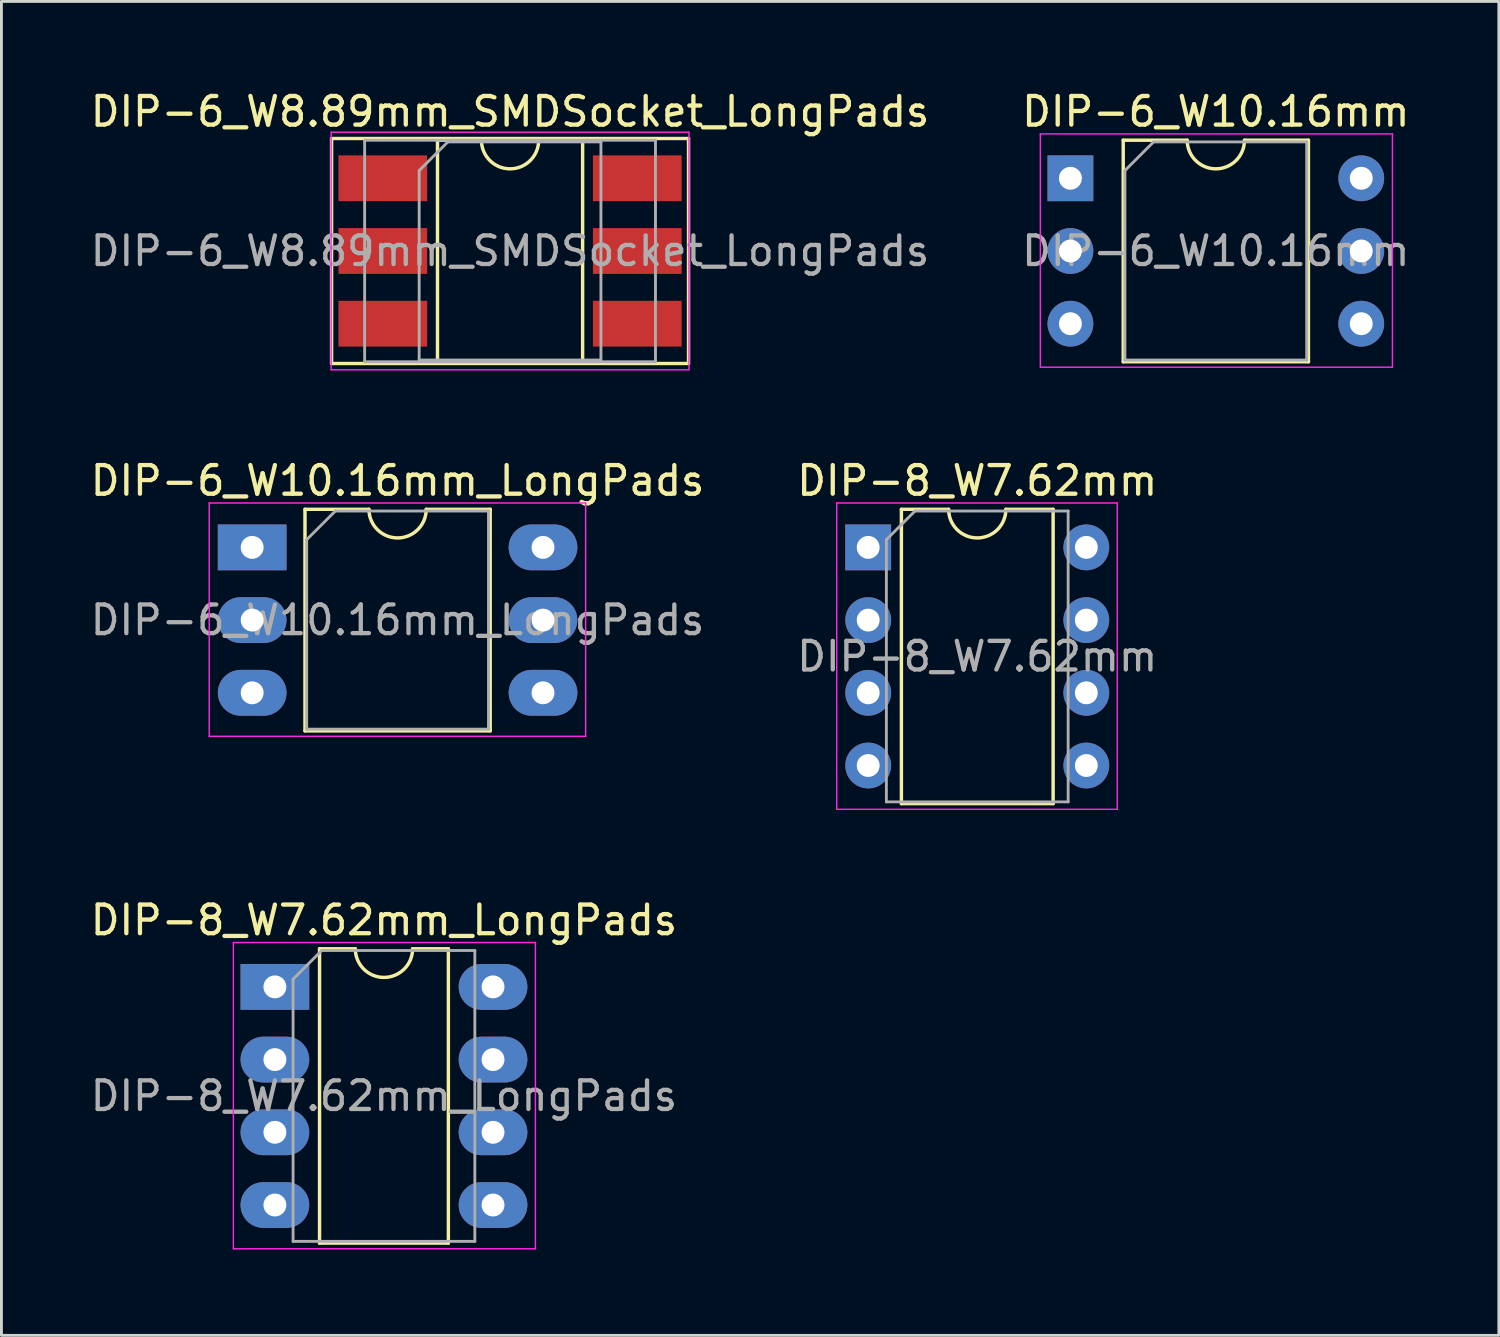
<source format=kicad_pcb>
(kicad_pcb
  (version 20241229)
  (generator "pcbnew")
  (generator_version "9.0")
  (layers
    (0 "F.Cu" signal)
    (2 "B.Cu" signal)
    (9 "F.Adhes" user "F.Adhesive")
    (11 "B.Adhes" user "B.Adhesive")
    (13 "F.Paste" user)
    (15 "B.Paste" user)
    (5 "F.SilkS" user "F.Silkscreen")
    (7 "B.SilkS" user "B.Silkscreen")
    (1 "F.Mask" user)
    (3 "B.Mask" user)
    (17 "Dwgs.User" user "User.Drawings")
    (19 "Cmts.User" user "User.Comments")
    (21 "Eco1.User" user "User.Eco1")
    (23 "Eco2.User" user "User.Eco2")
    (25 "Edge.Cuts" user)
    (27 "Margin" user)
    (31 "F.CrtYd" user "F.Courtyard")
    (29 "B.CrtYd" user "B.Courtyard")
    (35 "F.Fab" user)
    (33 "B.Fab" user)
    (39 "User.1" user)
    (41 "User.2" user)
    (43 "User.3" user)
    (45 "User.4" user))
  (footprint "DIP-8_W7.62mm"
    (layer "F.Cu")
    (at 27.279 16.072)
    (property "Reference" "DIP-8_W7.62mm" (at 3.81 -2.33 0) (layer "F.SilkS") (effects (font (size 1 1) (thickness 0.15))))
    (attr through_hole)
    (fp_line (start 1.16 -1.33) (end 1.16 8.95) (stroke (width 0.12) (type solid)) (layer "F.SilkS"))
    (fp_line (start 1.16 8.95) (end 6.46 8.95) (stroke (width 0.12) (type solid)) (layer "F.SilkS"))
    (fp_line (start 2.81 -1.33) (end 1.16 -1.33) (stroke (width 0.12) (type solid)) (layer "F.SilkS"))
    (fp_line (start 6.46 -1.33) (end 4.81 -1.33) (stroke (width 0.12) (type solid)) (layer "F.SilkS"))
    (fp_line (start 6.46 8.95) (end 6.46 -1.33) (stroke (width 0.12) (type solid)) (layer "F.SilkS"))
    (fp_arc (start 4.81 -1.33) (mid 3.81 -0.33) (end 2.81 -1.33) (stroke (width 0.12) (type solid)) (layer "F.SilkS"))
    (fp_line (start -1.1 -1.55) (end -1.1 9.15) (stroke (width 0.05) (type solid)) (layer "F.CrtYd"))
    (fp_line (start -1.1 9.15) (end 8.7 9.15) (stroke (width 0.05) (type solid)) (layer "F.CrtYd"))
    (fp_line (start 8.7 -1.55) (end -1.1 -1.55) (stroke (width 0.05) (type solid)) (layer "F.CrtYd"))
    (fp_line (start 8.7 9.15) (end 8.7 -1.55) (stroke (width 0.05) (type solid)) (layer "F.CrtYd"))
    (fp_line (start 0.635 -0.27) (end 1.635 -1.27) (stroke (width 0.1) (type solid)) (layer "F.Fab"))
    (fp_line (start 0.635 8.89) (end 0.635 -0.27) (stroke (width 0.1) (type solid)) (layer "F.Fab"))
    (fp_line (start 1.635 -1.27) (end 6.985 -1.27) (stroke (width 0.1) (type solid)) (layer "F.Fab"))
    (fp_line (start 6.985 -1.27) (end 6.985 8.89) (stroke (width 0.1) (type solid)) (layer "F.Fab"))
    (fp_line (start 6.985 8.89) (end 0.635 8.89) (stroke (width 0.1) (type solid)) (layer "F.Fab"))
    (fp_text user "${REFERENCE}" (at 3.81 3.81 0) (layer "F.Fab") (effects (font (size 1 1) (thickness 0.15))))
    (pad "1" thru_hole rect (at 0 0) (size 1.6 1.6) (drill 0.8) (layers "*.Cu" "*.Mask"))
    (pad "2" thru_hole oval (at 0 2.54) (size 1.6 1.6) (drill 0.8) (layers "*.Cu" "*.Mask"))
    (pad "3" thru_hole oval (at 0 5.08) (size 1.6 1.6) (drill 0.8) (layers "*.Cu" "*.Mask"))
    (pad "4" thru_hole oval (at 0 7.62) (size 1.6 1.6) (drill 0.8) (layers "*.Cu" "*.Mask"))
    (pad "5" thru_hole oval (at 7.62 7.62) (size 1.6 1.6) (drill 0.8) (layers "*.Cu" "*.Mask"))
    (pad "6" thru_hole oval (at 7.62 5.08) (size 1.6 1.6) (drill 0.8) (layers "*.Cu" "*.Mask"))
    (pad "7" thru_hole oval (at 7.62 2.54) (size 1.6 1.6) (drill 0.8) (layers "*.Cu" "*.Mask"))
    (pad "8" thru_hole oval (at 7.62 0) (size 1.6 1.6) (drill 0.8) (layers "*.Cu" "*.Mask")))
  (footprint "DIP-8_W7.62mm_LongPads"
    (layer "F.Cu")
    (at 6.553 31.425)
    (property "Reference" "DIP-8_W7.62mm_LongPads" (at 3.81 -2.33 0) (layer "F.SilkS") (effects (font (size 1 1) (thickness 0.15))))
    (attr through_hole)
    (fp_line (start 1.56 -1.33) (end 1.56 8.95) (stroke (width 0.12) (type solid)) (layer "F.SilkS"))
    (fp_line (start 1.56 8.95) (end 6.06 8.95) (stroke (width 0.12) (type solid)) (layer "F.SilkS"))
    (fp_line (start 2.81 -1.33) (end 1.56 -1.33) (stroke (width 0.12) (type solid)) (layer "F.SilkS"))
    (fp_line (start 6.06 -1.33) (end 4.81 -1.33) (stroke (width 0.12) (type solid)) (layer "F.SilkS"))
    (fp_line (start 6.06 8.95) (end 6.06 -1.33) (stroke (width 0.12) (type solid)) (layer "F.SilkS"))
    (fp_arc (start 4.81 -1.33) (mid 3.81 -0.33) (end 2.81 -1.33) (stroke (width 0.12) (type solid)) (layer "F.SilkS"))
    (fp_line (start -1.45 -1.55) (end -1.45 9.15) (stroke (width 0.05) (type solid)) (layer "F.CrtYd"))
    (fp_line (start -1.45 9.15) (end 9.1 9.15) (stroke (width 0.05) (type solid)) (layer "F.CrtYd"))
    (fp_line (start 9.1 -1.55) (end -1.45 -1.55) (stroke (width 0.05) (type solid)) (layer "F.CrtYd"))
    (fp_line (start 9.1 9.15) (end 9.1 -1.55) (stroke (width 0.05) (type solid)) (layer "F.CrtYd"))
    (fp_line (start 0.635 -0.27) (end 1.635 -1.27) (stroke (width 0.1) (type solid)) (layer "F.Fab"))
    (fp_line (start 0.635 8.89) (end 0.635 -0.27) (stroke (width 0.1) (type solid)) (layer "F.Fab"))
    (fp_line (start 1.635 -1.27) (end 6.985 -1.27) (stroke (width 0.1) (type solid)) (layer "F.Fab"))
    (fp_line (start 6.985 -1.27) (end 6.985 8.89) (stroke (width 0.1) (type solid)) (layer "F.Fab"))
    (fp_line (start 6.985 8.89) (end 0.635 8.89) (stroke (width 0.1) (type solid)) (layer "F.Fab"))
    (fp_text user "${REFERENCE}" (at 3.81 3.81 0) (layer "F.Fab") (effects (font (size 1 1) (thickness 0.15))))
    (pad "1" thru_hole rect (at 0 0) (size 2.4 1.6) (drill 0.8) (layers "*.Cu" "*.Mask"))
    (pad "2" thru_hole oval (at 0 2.54) (size 2.4 1.6) (drill 0.8) (layers "*.Cu" "*.Mask"))
    (pad "3" thru_hole oval (at 0 5.08) (size 2.4 1.6) (drill 0.8) (layers "*.Cu" "*.Mask"))
    (pad "4" thru_hole oval (at 0 7.62) (size 2.4 1.6) (drill 0.8) (layers "*.Cu" "*.Mask"))
    (pad "5" thru_hole oval (at 7.62 7.62) (size 2.4 1.6) (drill 0.8) (layers "*.Cu" "*.Mask"))
    (pad "6" thru_hole oval (at 7.62 5.08) (size 2.4 1.6) (drill 0.8) (layers "*.Cu" "*.Mask"))
    (pad "7" thru_hole oval (at 7.62 2.54) (size 2.4 1.6) (drill 0.8) (layers "*.Cu" "*.Mask"))
    (pad "8" thru_hole oval (at 7.62 0) (size 2.4 1.6) (drill 0.8) (layers "*.Cu" "*.Mask")))
  (footprint "DIP-6_W8.89mm_SMDSocket_LongPads"
    (layer "F.Cu")
    (at 14.768 5.718)
    (property "Reference" "DIP-6_W8.89mm_SMDSocket_LongPads" (at 0 -4.87 0) (layer "F.SilkS") (effects (font (size 1 1) (thickness 0.15))))
    (attr smd)
    (fp_line (start -6.235 -3.93) (end -6.235 3.93) (stroke (width 0.12) (type solid)) (layer "F.SilkS"))
    (fp_line (start -6.235 3.93) (end 6.235 3.93) (stroke (width 0.12) (type solid)) (layer "F.SilkS"))
    (fp_line (start -2.535 -3.87) (end -2.535 3.87) (stroke (width 0.12) (type solid)) (layer "F.SilkS"))
    (fp_line (start -2.535 3.87) (end 2.535 3.87) (stroke (width 0.12) (type solid)) (layer "F.SilkS"))
    (fp_line (start -1 -3.87) (end -2.535 -3.87) (stroke (width 0.12) (type solid)) (layer "F.SilkS"))
    (fp_line (start 2.535 -3.87) (end 1 -3.87) (stroke (width 0.12) (type solid)) (layer "F.SilkS"))
    (fp_line (start 2.535 3.87) (end 2.535 -3.87) (stroke (width 0.12) (type solid)) (layer "F.SilkS"))
    (fp_line (start 6.235 -3.93) (end -6.235 -3.93) (stroke (width 0.12) (type solid)) (layer "F.SilkS"))
    (fp_line (start 6.235 3.93) (end 6.235 -3.93) (stroke (width 0.12) (type solid)) (layer "F.SilkS"))
    (fp_arc (start 1 -3.87) (mid 0 -2.87) (end -1 -3.87) (stroke (width 0.12) (type solid)) (layer "F.SilkS"))
    (fp_line (start -6.25 -4.15) (end -6.25 4.15) (stroke (width 0.05) (type solid)) (layer "F.CrtYd"))
    (fp_line (start -6.25 4.15) (end 6.25 4.15) (stroke (width 0.05) (type solid)) (layer "F.CrtYd"))
    (fp_line (start 6.25 -4.15) (end -6.25 -4.15) (stroke (width 0.05) (type solid)) (layer "F.CrtYd"))
    (fp_line (start 6.25 4.15) (end 6.25 -4.15) (stroke (width 0.05) (type solid)) (layer "F.CrtYd"))
    (fp_line (start -5.08 -3.87) (end -5.08 3.87) (stroke (width 0.1) (type solid)) (layer "F.Fab"))
    (fp_line (start -5.08 3.87) (end 5.08 3.87) (stroke (width 0.1) (type solid)) (layer "F.Fab"))
    (fp_line (start -3.175 -2.81) (end -2.175 -3.81) (stroke (width 0.1) (type solid)) (layer "F.Fab"))
    (fp_line (start -3.175 3.81) (end -3.175 -2.81) (stroke (width 0.1) (type solid)) (layer "F.Fab"))
    (fp_line (start -2.175 -3.81) (end 3.175 -3.81) (stroke (width 0.1) (type solid)) (layer "F.Fab"))
    (fp_line (start 3.175 -3.81) (end 3.175 3.81) (stroke (width 0.1) (type solid)) (layer "F.Fab"))
    (fp_line (start 3.175 3.81) (end -3.175 3.81) (stroke (width 0.1) (type solid)) (layer "F.Fab"))
    (fp_line (start 5.08 -3.87) (end -5.08 -3.87) (stroke (width 0.1) (type solid)) (layer "F.Fab"))
    (fp_line (start 5.08 3.87) (end 5.08 -3.87) (stroke (width 0.1) (type solid)) (layer "F.Fab"))
    (fp_text user "${REFERENCE}" (at 0 0 0) (layer "F.Fab") (effects (font (size 1 1) (thickness 0.15))))
    (pad "1" smd rect (at -4.445 -2.54) (size 3.1 1.6) (layers "F.Cu" "F.Mask" "F.Paste"))
    (pad "2" smd rect (at -4.445 0) (size 3.1 1.6) (layers "F.Cu" "F.Mask" "F.Paste"))
    (pad "3" smd rect (at -4.445 2.54) (size 3.1 1.6) (layers "F.Cu" "F.Mask" "F.Paste"))
    (pad "4" smd rect (at 4.445 2.54) (size 3.1 1.6) (layers "F.Cu" "F.Mask" "F.Paste"))
    (pad "5" smd rect (at 4.445 0) (size 3.1 1.6) (layers "F.Cu" "F.Mask" "F.Paste"))
    (pad "6" smd rect (at 4.445 -2.54) (size 3.1 1.6) (layers "F.Cu" "F.Mask" "F.Paste")))
  (footprint "DIP-6_W10.16mm"
    (layer "F.Cu")
    (at 34.343 3.178)
    (property "Reference" "DIP-6_W10.16mm" (at 5.08 -2.33 0) (layer "F.SilkS") (effects (font (size 1 1) (thickness 0.15))))
    (attr through_hole)
    (fp_line (start 1.845 -1.33) (end 1.845 6.41) (stroke (width 0.12) (type solid)) (layer "F.SilkS"))
    (fp_line (start 1.845 6.41) (end 8.315 6.41) (stroke (width 0.12) (type solid)) (layer "F.SilkS"))
    (fp_line (start 4.08 -1.33) (end 1.845 -1.33) (stroke (width 0.12) (type solid)) (layer "F.SilkS"))
    (fp_line (start 8.315 -1.33) (end 6.08 -1.33) (stroke (width 0.12) (type solid)) (layer "F.SilkS"))
    (fp_line (start 8.315 6.41) (end 8.315 -1.33) (stroke (width 0.12) (type solid)) (layer "F.SilkS"))
    (fp_arc (start 6.08 -1.33) (mid 5.08 -0.33) (end 4.08 -1.33) (stroke (width 0.12) (type solid)) (layer "F.SilkS"))
    (fp_line (start -1.05 -1.55) (end -1.05 6.6) (stroke (width 0.05) (type solid)) (layer "F.CrtYd"))
    (fp_line (start -1.05 6.6) (end 11.25 6.6) (stroke (width 0.05) (type solid)) (layer "F.CrtYd"))
    (fp_line (start 11.25 -1.55) (end -1.05 -1.55) (stroke (width 0.05) (type solid)) (layer "F.CrtYd"))
    (fp_line (start 11.25 6.6) (end 11.25 -1.55) (stroke (width 0.05) (type solid)) (layer "F.CrtYd"))
    (fp_line (start 1.905 -0.27) (end 2.905 -1.27) (stroke (width 0.1) (type solid)) (layer "F.Fab"))
    (fp_line (start 1.905 6.35) (end 1.905 -0.27) (stroke (width 0.1) (type solid)) (layer "F.Fab"))
    (fp_line (start 2.905 -1.27) (end 8.255 -1.27) (stroke (width 0.1) (type solid)) (layer "F.Fab"))
    (fp_line (start 8.255 -1.27) (end 8.255 6.35) (stroke (width 0.1) (type solid)) (layer "F.Fab"))
    (fp_line (start 8.255 6.35) (end 1.905 6.35) (stroke (width 0.1) (type solid)) (layer "F.Fab"))
    (fp_text user "${REFERENCE}" (at 5.08 2.54 0) (layer "F.Fab") (effects (font (size 1 1) (thickness 0.15))))
    (pad "1" thru_hole rect (at 0 0) (size 1.6 1.6) (drill 0.8) (layers "*.Cu" "*.Mask"))
    (pad "2" thru_hole oval (at 0 2.54) (size 1.6 1.6) (drill 0.8) (layers "*.Cu" "*.Mask"))
    (pad "3" thru_hole oval (at 0 5.08) (size 1.6 1.6) (drill 0.8) (layers "*.Cu" "*.Mask"))
    (pad "4" thru_hole oval (at 10.16 5.08) (size 1.6 1.6) (drill 0.8) (layers "*.Cu" "*.Mask"))
    (pad "5" thru_hole oval (at 10.16 2.54) (size 1.6 1.6) (drill 0.8) (layers "*.Cu" "*.Mask"))
    (pad "6" thru_hole oval (at 10.16 0) (size 1.6 1.6) (drill 0.8) (layers "*.Cu" "*.Mask")))
  (footprint "DIP-6_W10.16mm_LongPads"
    (layer "F.Cu")
    (at 5.759 16.072)
    (property "Reference" "DIP-6_W10.16mm_LongPads" (at 5.08 -2.33 0) (layer "F.SilkS") (effects (font (size 1 1) (thickness 0.15))))
    (attr through_hole)
    (fp_line (start 1.845 -1.33) (end 1.845 6.41) (stroke (width 0.12) (type solid)) (layer "F.SilkS"))
    (fp_line (start 1.845 6.41) (end 8.315 6.41) (stroke (width 0.12) (type solid)) (layer "F.SilkS"))
    (fp_line (start 4.08 -1.33) (end 1.845 -1.33) (stroke (width 0.12) (type solid)) (layer "F.SilkS"))
    (fp_line (start 8.315 -1.33) (end 6.08 -1.33) (stroke (width 0.12) (type solid)) (layer "F.SilkS"))
    (fp_line (start 8.315 6.41) (end 8.315 -1.33) (stroke (width 0.12) (type solid)) (layer "F.SilkS"))
    (fp_arc (start 6.08 -1.33) (mid 5.08 -0.33) (end 4.08 -1.33) (stroke (width 0.12) (type solid)) (layer "F.SilkS"))
    (fp_line (start -1.5 -1.55) (end -1.5 6.6) (stroke (width 0.05) (type solid)) (layer "F.CrtYd"))
    (fp_line (start -1.5 6.6) (end 11.65 6.6) (stroke (width 0.05) (type solid)) (layer "F.CrtYd"))
    (fp_line (start 11.65 -1.55) (end -1.5 -1.55) (stroke (width 0.05) (type solid)) (layer "F.CrtYd"))
    (fp_line (start 11.65 6.6) (end 11.65 -1.55) (stroke (width 0.05) (type solid)) (layer "F.CrtYd"))
    (fp_line (start 1.905 -0.27) (end 2.905 -1.27) (stroke (width 0.1) (type solid)) (layer "F.Fab"))
    (fp_line (start 1.905 6.35) (end 1.905 -0.27) (stroke (width 0.1) (type solid)) (layer "F.Fab"))
    (fp_line (start 2.905 -1.27) (end 8.255 -1.27) (stroke (width 0.1) (type solid)) (layer "F.Fab"))
    (fp_line (start 8.255 -1.27) (end 8.255 6.35) (stroke (width 0.1) (type solid)) (layer "F.Fab"))
    (fp_line (start 8.255 6.35) (end 1.905 6.35) (stroke (width 0.1) (type solid)) (layer "F.Fab"))
    (fp_text user "${REFERENCE}" (at 5.08 2.54 0) (layer "F.Fab") (effects (font (size 1 1) (thickness 0.15))))
    (pad "1" thru_hole rect (at 0 0) (size 2.4 1.6) (drill 0.8) (layers "*.Cu" "*.Mask"))
    (pad "2" thru_hole oval (at 0 2.54) (size 2.4 1.6) (drill 0.8) (layers "*.Cu" "*.Mask"))
    (pad "3" thru_hole oval (at 0 5.08) (size 2.4 1.6) (drill 0.8) (layers "*.Cu" "*.Mask"))
    (pad "4" thru_hole oval (at 10.16 5.08) (size 2.4 1.6) (drill 0.8) (layers "*.Cu" "*.Mask"))
    (pad "5" thru_hole oval (at 10.16 2.54) (size 2.4 1.6) (drill 0.8) (layers "*.Cu" "*.Mask"))
    (pad "6" thru_hole oval (at 10.16 0) (size 2.4 1.6) (drill 0.8) (layers "*.Cu" "*.Mask")))
  (gr_rect
    (start -3 -3)
    (end 49.31 43.6)
    (stroke (width 0.1) (type default))
    (fill no)
    (layer "Edge.Cuts")))
</source>
